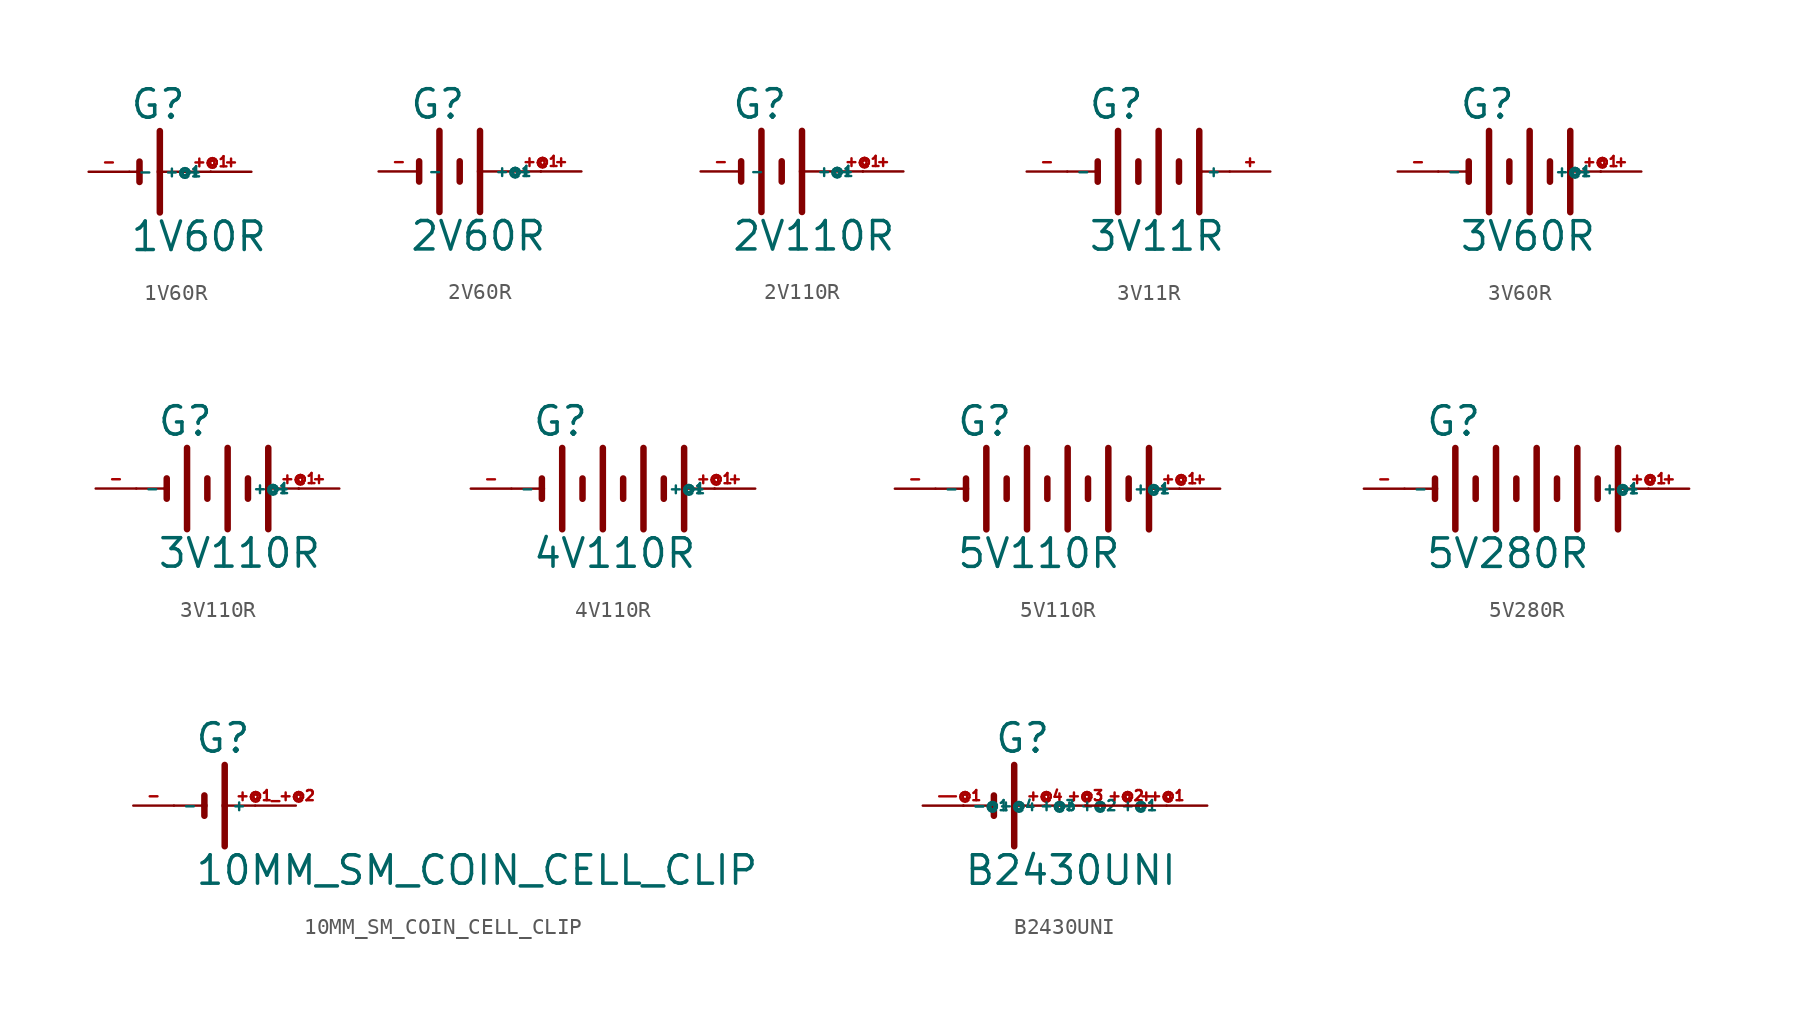
<source format=kicad_sym>
(kicad_symbol_lib
  (version 20220914)
  (generator Eagle2Kicad)
  (symbol "1V60R"
    (property "Reference" "G"
      (at -2.54 3.175 0)
      (effects (font (size 1.778 1.778) (thickness 0.22)) (justify left bottom)))
    (property "Value" "1V60R"
      (at -2.54 -5.08 0)
      (effects (font (size 1.778 1.778) (thickness 0.22)) (justify left bottom)))
    (polyline
      (pts (xy -1.905 0.635) (xy -1.905 0))
      (stroke (width 0.406) (type default))
      (fill (type none)))
    (polyline
      (pts (xy -2.54 0) (xy -1.905 0))
      (stroke (width 0.152) (type default))
      (fill (type none)))
    (polyline
      (pts (xy -1.905 0) (xy -1.905 -0.635))
      (stroke (width 0.406) (type default))
      (fill (type none)))
    (polyline
      (pts (xy -0.635 2.54) (xy -0.635 0))
      (stroke (width 0.406) (type default))
      (fill (type none)))
    (polyline
      (pts (xy -0.635 0) (xy 2.54 0))
      (stroke (width 0.152) (type default))
      (fill (type none)))
    (polyline
      (pts (xy -0.635 0) (xy -0.635 -2.54))
      (stroke (width 0.406) (type default))
      (fill (type none)))
    (pin passive line
      (at 5.08 0 180)
      (length 2.54)
      (name "+" (effects (font (size 0.635 0.635) (thickness 0.08)) (justify left bottom)))
      (number "+" (effects (font (size 0.635 0.635) (thickness 0.08)) (justify left bottom))))
    (pin passive line
      (at -5.08 0 0)
      (length 2.54)
      (name "-" (effects (font (size 0.635 0.635) (thickness 0.08)) (justify left bottom)))
      (number "-" (effects (font (size 0.635 0.635) (thickness 0.08)) (justify left bottom))))
    (pin passive line
      (at 2.54 0 180)
      (length 0)
      (name "+@1" (effects (font (size 0.635 0.635) (thickness 0.08)) (justify left bottom)))
      (number "+@1" (effects (font (size 0.635 0.635) (thickness 0.08)) (justify left bottom)))))
  (symbol "2V60R"
    (property "Reference" "G"
      (at -3.175 3.175 0)
      (effects (font (size 1.778 1.778) (thickness 0.22)) (justify left bottom)))
    (property "Value" "2V60R"
      (at -3.175 -5.08 0)
      (effects (font (size 1.778 1.778) (thickness 0.22)) (justify left bottom)))
    (polyline
      (pts (xy -2.54 0.635) (xy -2.54 -0.635))
      (stroke (width 0.406) (type default))
      (fill (type none)))
    (polyline
      (pts (xy -1.27 2.54) (xy -1.27 -2.54))
      (stroke (width 0.406) (type default))
      (fill (type none)))
    (polyline
      (pts (xy 0 0.635) (xy 0 -0.635))
      (stroke (width 0.406) (type default))
      (fill (type none)))
    (polyline
      (pts (xy 1.27 2.54) (xy 1.27 0))
      (stroke (width 0.406) (type default))
      (fill (type none)))
    (polyline
      (pts (xy 1.27 0) (xy 5.08 0))
      (stroke (width 0.152) (type default))
      (fill (type none)))
    (polyline
      (pts (xy 1.27 0) (xy 1.27 -2.54))
      (stroke (width 0.406) (type default))
      (fill (type none)))
    (pin passive line
      (at 7.62 0 180)
      (length 2.54)
      (name "+" (effects (font (size 0.635 0.635) (thickness 0.08)) (justify left bottom)))
      (number "+" (effects (font (size 0.635 0.635) (thickness 0.08)) (justify left bottom))))
    (pin passive line
      (at -5.08 0 0)
      (length 2.54)
      (name "-" (effects (font (size 0.635 0.635) (thickness 0.08)) (justify left bottom)))
      (number "-" (effects (font (size 0.635 0.635) (thickness 0.08)) (justify left bottom))))
    (pin passive line
      (at 5.08 0 180)
      (length 0)
      (name "+@1" (effects (font (size 0.635 0.635) (thickness 0.08)) (justify left bottom)))
      (number "+@1" (effects (font (size 0.635 0.635) (thickness 0.08)) (justify left bottom)))))
  (symbol "2V110R"
    (property "Reference" "G"
      (at -3.175 3.175 0)
      (effects (font (size 1.778 1.778) (thickness 0.22)) (justify left bottom)))
    (property "Value" "2V110R"
      (at -3.175 -5.08 0)
      (effects (font (size 1.778 1.778) (thickness 0.22)) (justify left bottom)))
    (polyline
      (pts (xy -2.54 0.635) (xy -2.54 -0.635))
      (stroke (width 0.406) (type default))
      (fill (type none)))
    (polyline
      (pts (xy -1.27 2.54) (xy -1.27 -2.54))
      (stroke (width 0.406) (type default))
      (fill (type none)))
    (polyline
      (pts (xy 0 0.635) (xy 0 -0.635))
      (stroke (width 0.406) (type default))
      (fill (type none)))
    (polyline
      (pts (xy 1.27 2.54) (xy 1.27 0))
      (stroke (width 0.406) (type default))
      (fill (type none)))
    (polyline
      (pts (xy 1.27 0) (xy 5.08 0))
      (stroke (width 0.152) (type default))
      (fill (type none)))
    (polyline
      (pts (xy 1.27 0) (xy 1.27 -2.54))
      (stroke (width 0.406) (type default))
      (fill (type none)))
    (pin passive line
      (at 7.62 0 180)
      (length 2.54)
      (name "+" (effects (font (size 0.635 0.635) (thickness 0.08)) (justify left bottom)))
      (number "+" (effects (font (size 0.635 0.635) (thickness 0.08)) (justify left bottom))))
    (pin passive line
      (at -5.08 0 0)
      (length 2.54)
      (name "-" (effects (font (size 0.635 0.635) (thickness 0.08)) (justify left bottom)))
      (number "-" (effects (font (size 0.635 0.635) (thickness 0.08)) (justify left bottom))))
    (pin passive line
      (at 5.08 0 180)
      (length 0)
      (name "+@1" (effects (font (size 0.635 0.635) (thickness 0.08)) (justify left bottom)))
      (number "+@1" (effects (font (size 0.635 0.635) (thickness 0.08)) (justify left bottom)))))
  (symbol "3V11R"
    (property "Reference" "G"
      (at -3.81 3.175 0)
      (effects (font (size 1.778 1.778) (thickness 0.22)) (justify left bottom)))
    (property "Value" "3V11R"
      (at -3.81 -5.08 0)
      (effects (font (size 1.778 1.778) (thickness 0.22)) (justify left bottom)))
    (polyline
      (pts (xy -3.175 0.635) (xy -3.175 0))
      (stroke (width 0.406) (type default))
      (fill (type none)))
    (polyline
      (pts (xy -5.08 0) (xy -3.175 0))
      (stroke (width 0.152) (type default))
      (fill (type none)))
    (polyline
      (pts (xy -3.175 0) (xy -3.175 -0.635))
      (stroke (width 0.406) (type default))
      (fill (type none)))
    (polyline
      (pts (xy -1.905 2.54) (xy -1.905 -2.54))
      (stroke (width 0.406) (type default))
      (fill (type none)))
    (polyline
      (pts (xy 1.905 0.635) (xy 1.905 -0.635))
      (stroke (width 0.406) (type default))
      (fill (type none)))
    (polyline
      (pts (xy 3.175 2.54) (xy 3.175 0))
      (stroke (width 0.406) (type default))
      (fill (type none)))
    (polyline
      (pts (xy 3.175 0) (xy 5.08 0))
      (stroke (width 0.152) (type default))
      (fill (type none)))
    (polyline
      (pts (xy 3.175 0) (xy 3.175 -2.54))
      (stroke (width 0.406) (type default))
      (fill (type none)))
    (polyline
      (pts (xy 0.635 2.54) (xy 0.635 -2.54))
      (stroke (width 0.406) (type default))
      (fill (type none)))
    (polyline
      (pts (xy -0.635 0.635) (xy -0.635 -0.635))
      (stroke (width 0.406) (type default))
      (fill (type none)))
    (pin passive line
      (at 7.62 0 180)
      (length 2.54)
      (name "+" (effects (font (size 0.635 0.635) (thickness 0.08)) (justify left bottom)))
      (number "+" (effects (font (size 0.635 0.635) (thickness 0.08)) (justify left bottom))))
    (pin passive line
      (at -7.62 0 0)
      (length 2.54)
      (name "-" (effects (font (size 0.635 0.635) (thickness 0.08)) (justify left bottom)))
      (number "-" (effects (font (size 0.635 0.635) (thickness 0.08)) (justify left bottom)))))
  (symbol "3V60R"
    (property "Reference" "G"
      (at -3.81 3.175 0)
      (effects (font (size 1.778 1.778) (thickness 0.22)) (justify left bottom)))
    (property "Value" "3V60R"
      (at -3.81 -5.08 0)
      (effects (font (size 1.778 1.778) (thickness 0.22)) (justify left bottom)))
    (polyline
      (pts (xy -3.175 0.635) (xy -3.175 0))
      (stroke (width 0.406) (type default))
      (fill (type none)))
    (polyline
      (pts (xy -5.08 0) (xy -3.175 0))
      (stroke (width 0.152) (type default))
      (fill (type none)))
    (polyline
      (pts (xy -3.175 0) (xy -3.175 -0.635))
      (stroke (width 0.406) (type default))
      (fill (type none)))
    (polyline
      (pts (xy -1.905 2.54) (xy -1.905 -2.54))
      (stroke (width 0.406) (type default))
      (fill (type none)))
    (polyline
      (pts (xy 1.905 0.635) (xy 1.905 -0.635))
      (stroke (width 0.406) (type default))
      (fill (type none)))
    (polyline
      (pts (xy 3.175 2.54) (xy 3.175 0))
      (stroke (width 0.406) (type default))
      (fill (type none)))
    (polyline
      (pts (xy 3.175 0) (xy 5.08 0))
      (stroke (width 0.152) (type default))
      (fill (type none)))
    (polyline
      (pts (xy 3.175 0) (xy 3.175 -2.54))
      (stroke (width 0.406) (type default))
      (fill (type none)))
    (polyline
      (pts (xy 0.635 2.54) (xy 0.635 -2.54))
      (stroke (width 0.406) (type default))
      (fill (type none)))
    (polyline
      (pts (xy -0.635 0.635) (xy -0.635 -0.635))
      (stroke (width 0.406) (type default))
      (fill (type none)))
    (pin passive line
      (at 7.62 0 180)
      (length 2.54)
      (name "+" (effects (font (size 0.635 0.635) (thickness 0.08)) (justify left bottom)))
      (number "+" (effects (font (size 0.635 0.635) (thickness 0.08)) (justify left bottom))))
    (pin passive line
      (at -7.62 0 0)
      (length 2.54)
      (name "-" (effects (font (size 0.635 0.635) (thickness 0.08)) (justify left bottom)))
      (number "-" (effects (font (size 0.635 0.635) (thickness 0.08)) (justify left bottom))))
    (pin passive line
      (at 5.08 0 180)
      (length 0)
      (name "+@1" (effects (font (size 0.635 0.635) (thickness 0.08)) (justify left bottom)))
      (number "+@1" (effects (font (size 0.635 0.635) (thickness 0.08)) (justify left bottom)))))
  (symbol "3V110R"
    (property "Reference" "G"
      (at -3.81 3.175 0)
      (effects (font (size 1.778 1.778) (thickness 0.22)) (justify left bottom)))
    (property "Value" "3V110R"
      (at -3.81 -5.08 0)
      (effects (font (size 1.778 1.778) (thickness 0.22)) (justify left bottom)))
    (polyline
      (pts (xy -3.175 0.635) (xy -3.175 0))
      (stroke (width 0.406) (type default))
      (fill (type none)))
    (polyline
      (pts (xy -5.08 0) (xy -3.175 0))
      (stroke (width 0.152) (type default))
      (fill (type none)))
    (polyline
      (pts (xy -3.175 0) (xy -3.175 -0.635))
      (stroke (width 0.406) (type default))
      (fill (type none)))
    (polyline
      (pts (xy -1.905 2.54) (xy -1.905 -2.54))
      (stroke (width 0.406) (type default))
      (fill (type none)))
    (polyline
      (pts (xy 1.905 0.635) (xy 1.905 -0.635))
      (stroke (width 0.406) (type default))
      (fill (type none)))
    (polyline
      (pts (xy 3.175 2.54) (xy 3.175 0))
      (stroke (width 0.406) (type default))
      (fill (type none)))
    (polyline
      (pts (xy 3.175 0) (xy 5.08 0))
      (stroke (width 0.152) (type default))
      (fill (type none)))
    (polyline
      (pts (xy 3.175 0) (xy 3.175 -2.54))
      (stroke (width 0.406) (type default))
      (fill (type none)))
    (polyline
      (pts (xy 0.635 2.54) (xy 0.635 -2.54))
      (stroke (width 0.406) (type default))
      (fill (type none)))
    (polyline
      (pts (xy -0.635 0.635) (xy -0.635 -0.635))
      (stroke (width 0.406) (type default))
      (fill (type none)))
    (pin passive line
      (at 7.62 0 180)
      (length 2.54)
      (name "+" (effects (font (size 0.635 0.635) (thickness 0.08)) (justify left bottom)))
      (number "+" (effects (font (size 0.635 0.635) (thickness 0.08)) (justify left bottom))))
    (pin passive line
      (at -7.62 0 0)
      (length 2.54)
      (name "-" (effects (font (size 0.635 0.635) (thickness 0.08)) (justify left bottom)))
      (number "-" (effects (font (size 0.635 0.635) (thickness 0.08)) (justify left bottom))))
    (pin passive line
      (at 5.08 0 180)
      (length 0)
      (name "+@1" (effects (font (size 0.635 0.635) (thickness 0.08)) (justify left bottom)))
      (number "+@1" (effects (font (size 0.635 0.635) (thickness 0.08)) (justify left bottom)))))
  (symbol "4V110R"
    (property "Reference" "G"
      (at -6.35 3.175 0)
      (effects (font (size 1.778 1.778) (thickness 0.22)) (justify left bottom)))
    (property "Value" "4V110R"
      (at -6.35 -5.08 0)
      (effects (font (size 1.778 1.778) (thickness 0.22)) (justify left bottom)))
    (polyline
      (pts (xy -5.715 0.635) (xy -5.715 0))
      (stroke (width 0.406) (type default))
      (fill (type none)))
    (polyline
      (pts (xy -7.62 0) (xy -5.715 0))
      (stroke (width 0.152) (type default))
      (fill (type none)))
    (polyline
      (pts (xy -5.715 0) (xy -5.715 -0.635))
      (stroke (width 0.406) (type default))
      (fill (type none)))
    (polyline
      (pts (xy -4.445 2.54) (xy -4.445 -2.54))
      (stroke (width 0.406) (type default))
      (fill (type none)))
    (polyline
      (pts (xy -3.175 0.635) (xy -3.175 -0.635))
      (stroke (width 0.406) (type default))
      (fill (type none)))
    (polyline
      (pts (xy 3.175 2.54) (xy 3.175 0))
      (stroke (width 0.406) (type default))
      (fill (type none)))
    (polyline
      (pts (xy 3.175 0) (xy 5.08 0))
      (stroke (width 0.152) (type default))
      (fill (type none)))
    (polyline
      (pts (xy 3.175 0) (xy 3.175 -2.54))
      (stroke (width 0.406) (type default))
      (fill (type none)))
    (polyline
      (pts (xy -1.905 2.54) (xy -1.905 -2.54))
      (stroke (width 0.406) (type default))
      (fill (type none)))
    (polyline
      (pts (xy -0.635 0.635) (xy -0.635 -0.635))
      (stroke (width 0.406) (type default))
      (fill (type none)))
    (polyline
      (pts (xy 0.635 2.54) (xy 0.635 -2.54))
      (stroke (width 0.406) (type default))
      (fill (type none)))
    (polyline
      (pts (xy 1.905 0.635) (xy 1.905 -0.635))
      (stroke (width 0.406) (type default))
      (fill (type none)))
    (pin passive line
      (at 7.62 0 180)
      (length 2.54)
      (name "+" (effects (font (size 0.635 0.635) (thickness 0.08)) (justify left bottom)))
      (number "+" (effects (font (size 0.635 0.635) (thickness 0.08)) (justify left bottom))))
    (pin passive line
      (at -10.16 0 0)
      (length 2.54)
      (name "-" (effects (font (size 0.635 0.635) (thickness 0.08)) (justify left bottom)))
      (number "-" (effects (font (size 0.635 0.635) (thickness 0.08)) (justify left bottom))))
    (pin passive line
      (at 5.08 0 180)
      (length 0)
      (name "+@1" (effects (font (size 0.635 0.635) (thickness 0.08)) (justify left bottom)))
      (number "+@1" (effects (font (size 0.635 0.635) (thickness 0.08)) (justify left bottom)))))
  (symbol "5V110R"
    (property "Reference" "G"
      (at -6.35 3.175 0)
      (effects (font (size 1.778 1.778) (thickness 0.22)) (justify left bottom)))
    (property "Value" "5V110R"
      (at -6.35 -5.08 0)
      (effects (font (size 1.778 1.778) (thickness 0.22)) (justify left bottom)))
    (polyline
      (pts (xy -5.715 0.635) (xy -5.715 0))
      (stroke (width 0.406) (type default))
      (fill (type none)))
    (polyline
      (pts (xy -7.62 0) (xy -5.715 0))
      (stroke (width 0.152) (type default))
      (fill (type none)))
    (polyline
      (pts (xy -5.715 0) (xy -5.715 -0.635))
      (stroke (width 0.406) (type default))
      (fill (type none)))
    (polyline
      (pts (xy -4.445 2.54) (xy -4.445 -2.54))
      (stroke (width 0.406) (type default))
      (fill (type none)))
    (polyline
      (pts (xy -3.175 0.635) (xy -3.175 -0.635))
      (stroke (width 0.406) (type default))
      (fill (type none)))
    (polyline
      (pts (xy 5.715 2.54) (xy 5.715 0))
      (stroke (width 0.406) (type default))
      (fill (type none)))
    (polyline
      (pts (xy 5.715 0) (xy 7.62 0))
      (stroke (width 0.152) (type default))
      (fill (type none)))
    (polyline
      (pts (xy 5.715 0) (xy 5.715 -2.54))
      (stroke (width 0.406) (type default))
      (fill (type none)))
    (polyline
      (pts (xy -1.905 2.54) (xy -1.905 -2.54))
      (stroke (width 0.406) (type default))
      (fill (type none)))
    (polyline
      (pts (xy -0.635 0.635) (xy -0.635 -0.635))
      (stroke (width 0.406) (type default))
      (fill (type none)))
    (polyline
      (pts (xy 0.635 2.54) (xy 0.635 -2.54))
      (stroke (width 0.406) (type default))
      (fill (type none)))
    (polyline
      (pts (xy 1.905 0.635) (xy 1.905 -0.635))
      (stroke (width 0.406) (type default))
      (fill (type none)))
    (polyline
      (pts (xy 4.445 0.635) (xy 4.445 -0.635))
      (stroke (width 0.406) (type default))
      (fill (type none)))
    (polyline
      (pts (xy 3.175 2.54) (xy 3.175 -2.54))
      (stroke (width 0.406) (type default))
      (fill (type none)))
    (pin passive line
      (at 10.16 0 180)
      (length 2.54)
      (name "+" (effects (font (size 0.635 0.635) (thickness 0.08)) (justify left bottom)))
      (number "+" (effects (font (size 0.635 0.635) (thickness 0.08)) (justify left bottom))))
    (pin passive line
      (at -10.16 0 0)
      (length 2.54)
      (name "-" (effects (font (size 0.635 0.635) (thickness 0.08)) (justify left bottom)))
      (number "-" (effects (font (size 0.635 0.635) (thickness 0.08)) (justify left bottom))))
    (pin passive line
      (at 7.62 0 180)
      (length 0)
      (name "+@1" (effects (font (size 0.635 0.635) (thickness 0.08)) (justify left bottom)))
      (number "+@1" (effects (font (size 0.635 0.635) (thickness 0.08)) (justify left bottom)))))
  (symbol "5V280R"
    (property "Reference" "G"
      (at -6.35 3.175 0)
      (effects (font (size 1.778 1.778) (thickness 0.22)) (justify left bottom)))
    (property "Value" "5V280R"
      (at -6.35 -5.08 0)
      (effects (font (size 1.778 1.778) (thickness 0.22)) (justify left bottom)))
    (polyline
      (pts (xy -5.715 0.635) (xy -5.715 0))
      (stroke (width 0.406) (type default))
      (fill (type none)))
    (polyline
      (pts (xy -7.62 0) (xy -5.715 0))
      (stroke (width 0.152) (type default))
      (fill (type none)))
    (polyline
      (pts (xy -5.715 0) (xy -5.715 -0.635))
      (stroke (width 0.406) (type default))
      (fill (type none)))
    (polyline
      (pts (xy -4.445 2.54) (xy -4.445 -2.54))
      (stroke (width 0.406) (type default))
      (fill (type none)))
    (polyline
      (pts (xy -3.175 0.635) (xy -3.175 -0.635))
      (stroke (width 0.406) (type default))
      (fill (type none)))
    (polyline
      (pts (xy 5.715 2.54) (xy 5.715 0))
      (stroke (width 0.406) (type default))
      (fill (type none)))
    (polyline
      (pts (xy 5.715 0) (xy 7.62 0))
      (stroke (width 0.152) (type default))
      (fill (type none)))
    (polyline
      (pts (xy 5.715 0) (xy 5.715 -2.54))
      (stroke (width 0.406) (type default))
      (fill (type none)))
    (polyline
      (pts (xy -1.905 2.54) (xy -1.905 -2.54))
      (stroke (width 0.406) (type default))
      (fill (type none)))
    (polyline
      (pts (xy -0.635 0.635) (xy -0.635 -0.635))
      (stroke (width 0.406) (type default))
      (fill (type none)))
    (polyline
      (pts (xy 0.635 2.54) (xy 0.635 -2.54))
      (stroke (width 0.406) (type default))
      (fill (type none)))
    (polyline
      (pts (xy 1.905 0.635) (xy 1.905 -0.635))
      (stroke (width 0.406) (type default))
      (fill (type none)))
    (polyline
      (pts (xy 4.445 0.635) (xy 4.445 -0.635))
      (stroke (width 0.406) (type default))
      (fill (type none)))
    (polyline
      (pts (xy 3.175 2.54) (xy 3.175 -2.54))
      (stroke (width 0.406) (type default))
      (fill (type none)))
    (pin passive line
      (at 10.16 0 180)
      (length 2.54)
      (name "+" (effects (font (size 0.635 0.635) (thickness 0.08)) (justify left bottom)))
      (number "+" (effects (font (size 0.635 0.635) (thickness 0.08)) (justify left bottom))))
    (pin passive line
      (at -10.16 0 0)
      (length 2.54)
      (name "-" (effects (font (size 0.635 0.635) (thickness 0.08)) (justify left bottom)))
      (number "-" (effects (font (size 0.635 0.635) (thickness 0.08)) (justify left bottom))))
    (pin passive line
      (at 7.62 0 180)
      (length 0)
      (name "+@1" (effects (font (size 0.635 0.635) (thickness 0.08)) (justify left bottom)))
      (number "+@1" (effects (font (size 0.635 0.635) (thickness 0.08)) (justify left bottom)))))
  (symbol "10MM_SM_COIN_CELL_CLIP"
    (property "Reference" "G"
      (at -1.27 3.175 0)
      (effects (font (size 1.778 1.778) (thickness 0.22)) (justify left bottom)))
    (property "Value" "10MM_SM_COIN_CELL_CLIP"
      (at -1.27 -5.08 0)
      (effects (font (size 1.778 1.778) (thickness 0.22)) (justify left bottom)))
    (polyline
      (pts (xy -0.635 0.635) (xy -0.635 0))
      (stroke (width 0.406) (type default))
      (fill (type none)))
    (polyline
      (pts (xy -2.54 0) (xy -0.635 0))
      (stroke (width 0.152) (type default))
      (fill (type none)))
    (polyline
      (pts (xy -0.635 0) (xy -0.635 -0.635))
      (stroke (width 0.406) (type default))
      (fill (type none)))
    (polyline
      (pts (xy 0.635 2.54) (xy 0.635 0))
      (stroke (width 0.406) (type default))
      (fill (type none)))
    (polyline
      (pts (xy 0.635 0) (xy 2.54 0))
      (stroke (width 0.152) (type default))
      (fill (type none)))
    (polyline
      (pts (xy 0.635 0) (xy 0.635 -2.54))
      (stroke (width 0.406) (type default))
      (fill (type none)))
    (pin passive line
      (at 5.08 0 180)
      (length 2.54)
      (name "+" (effects (font (size 0.635 0.635) (thickness 0.08)) (justify left bottom)))
      (number "+@1 +@2" (effects (font (size 0.635 0.635) (thickness 0.08)) (justify left bottom))))
    (pin passive line
      (at -5.08 0 0)
      (length 2.54)
      (name "-" (effects (font (size 0.635 0.635) (thickness 0.08)) (justify left bottom)))
      (number "-" (effects (font (size 0.635 0.635) (thickness 0.08)) (justify left bottom)))))
  (symbol "B2430UNI"
    (property "Reference" "G"
      (at -0.635 3.175 0)
      (effects (font (size 1.778 1.778) (thickness 0.22)) (justify left bottom)))
    (property "Value" "B2430UNI"
      (at -2.54 -5.08 0)
      (effects (font (size 1.778 1.778) (thickness 0.22)) (justify left bottom)))
    (polyline
      (pts (xy -0.635 0.635) (xy -0.635 0))
      (stroke (width 0.406) (type default))
      (fill (type none)))
    (polyline
      (pts (xy -2.54 0) (xy -0.635 0))
      (stroke (width 0.152) (type default))
      (fill (type none)))
    (polyline
      (pts (xy -0.635 0) (xy -0.635 -0.635))
      (stroke (width 0.406) (type default))
      (fill (type none)))
    (polyline
      (pts (xy 0.635 2.54) (xy 0.635 0))
      (stroke (width 0.406) (type default))
      (fill (type none)))
    (polyline
      (pts (xy 0.635 0) (xy 5.08 0))
      (stroke (width 0.152) (type default))
      (fill (type none)))
    (polyline
      (pts (xy 0.635 0) (xy 0.635 -2.54))
      (stroke (width 0.406) (type default))
      (fill (type none)))
    (pin passive line
      (at 12.7 0 180)
      (length 7.62)
      (name "+" (effects (font (size 0.635 0.635) (thickness 0.08)) (justify left bottom)))
      (number "+" (effects (font (size 0.635 0.635) (thickness 0.08)) (justify left bottom))))
    (pin passive line
      (at -5.08 0 0)
      (length 2.54)
      (name "-" (effects (font (size 0.635 0.635) (thickness 0.08)) (justify left bottom)))
      (number "-" (effects (font (size 0.635 0.635) (thickness 0.08)) (justify left bottom))))
    (pin passive line
      (at 10.16 0 180)
      (length 0)
      (name "+@1" (effects (font (size 0.635 0.635) (thickness 0.08)) (justify left bottom)))
      (number "+@1" (effects (font (size 0.635 0.635) (thickness 0.08)) (justify left bottom))))
    (pin passive line
      (at 7.62 0 180)
      (length 0)
      (name "+@2" (effects (font (size 0.635 0.635) (thickness 0.08)) (justify left bottom)))
      (number "+@2" (effects (font (size 0.635 0.635) (thickness 0.08)) (justify left bottom))))
    (pin passive line
      (at 5.08 0 180)
      (length 0)
      (name "+@3" (effects (font (size 0.635 0.635) (thickness 0.08)) (justify left bottom)))
      (number "+@3" (effects (font (size 0.635 0.635) (thickness 0.08)) (justify left bottom))))
    (pin passive line
      (at 2.54 0 180)
      (length 0)
      (name "+@4" (effects (font (size 0.635 0.635) (thickness 0.08)) (justify left bottom)))
      (number "+@4" (effects (font (size 0.635 0.635) (thickness 0.08)) (justify left bottom))))
    (pin passive line
      (at -2.54 0 0)
      (length 0)
      (name "-@1" (effects (font (size 0.635 0.635) (thickness 0.08)) (justify left bottom)))
      (number "-@1" (effects (font (size 0.635 0.635) (thickness 0.08)) (justify left bottom))))))
</source>
